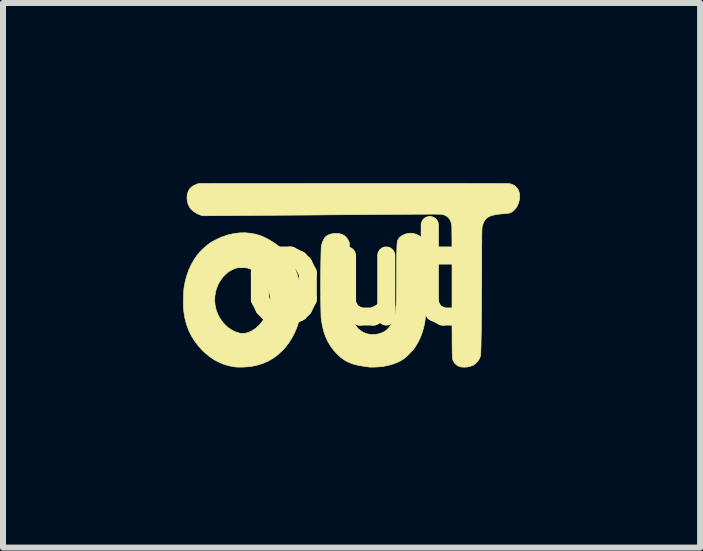
<source format=kicad_pcb>
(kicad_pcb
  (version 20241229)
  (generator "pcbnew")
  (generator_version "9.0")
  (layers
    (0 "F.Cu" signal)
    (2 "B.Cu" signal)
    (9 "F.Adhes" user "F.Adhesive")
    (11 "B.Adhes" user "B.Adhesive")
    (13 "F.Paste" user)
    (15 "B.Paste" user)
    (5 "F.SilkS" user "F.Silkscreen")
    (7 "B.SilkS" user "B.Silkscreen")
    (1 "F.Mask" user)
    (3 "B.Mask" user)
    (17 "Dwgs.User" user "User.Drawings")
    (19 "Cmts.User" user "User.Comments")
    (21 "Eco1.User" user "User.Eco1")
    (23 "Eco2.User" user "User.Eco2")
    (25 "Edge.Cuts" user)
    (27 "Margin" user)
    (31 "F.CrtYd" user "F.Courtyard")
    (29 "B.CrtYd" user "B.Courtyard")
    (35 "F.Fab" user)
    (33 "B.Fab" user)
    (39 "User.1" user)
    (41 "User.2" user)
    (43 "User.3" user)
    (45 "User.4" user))
  (footprint "out"
    (layer "F.Cu")
    (at 2.803 1.533)
    (property "Reference" "out" (at 0 0 0) (layer "F.SilkS") (effects (font (size 1.524 1.524) (thickness 0.3))))
    (attr through_hole)
    (fp_poly (pts (xy -1.682 -0.698) (xy -1.594 -0.682) (xy -1.51 -0.656) (xy -1.429 -0.621) (xy -1.402 -0.607) (xy -1.316 -0.556) (xy -1.24 -0.504) (xy -1.172 -0.449) (xy -1.112 -0.39) (xy -1.059 -0.328) (xy -1.013 -0.26) (xy -0.972 -0.187) (xy -0.97 -0.184) (xy -0.933 -0.101) (xy -0.901 -0.011) (xy -0.875 0.086) (xy -0.854 0.187) (xy -0.84 0.287) (xy -0.836 0.335) (xy -0.834 0.388) (xy -0.834 0.444) (xy -0.835 0.5) (xy -0.838 0.554) (xy -0.842 0.604) (xy -0.848 0.646) (xy -0.848 0.648) (xy -0.872 0.756) (xy -0.904 0.86) (xy -0.945 0.958) (xy -0.994 1.051) (xy -1.05 1.138) (xy -1.115 1.219) (xy -1.158 1.264) (xy -1.227 1.328) (xy -1.302 1.383) (xy -1.381 1.429) (xy -1.466 1.467) (xy -1.556 1.496) (xy -1.652 1.517) (xy -1.679 1.521) (xy -1.712 1.525) (xy -1.751 1.528) (xy -1.792 1.531) (xy -1.835 1.532) (xy -1.875 1.532) (xy -1.909 1.531) (xy -1.932 1.529) (xy -2.025 1.513) (xy -2.114 1.489) (xy -2.2 1.454) (xy -2.282 1.411) (xy -2.362 1.357) (xy -2.438 1.294) (xy -2.482 1.253) (xy -2.553 1.174) (xy -2.615 1.091) (xy -2.669 1.004) (xy -2.713 0.912) (xy -2.748 0.815) (xy -2.774 0.714) (xy -2.791 0.608) (xy -2.794 0.574) (xy -2.796 0.545) (xy -2.797 0.508) (xy -2.798 0.466) (xy -2.798 0.432) (xy -2.277 0.432) (xy -2.269 0.506) (xy -2.252 0.579) (xy -2.226 0.649) (xy -2.191 0.715) (xy -2.148 0.777) (xy -2.101 0.83) (xy -2.048 0.877) (xy -1.992 0.914) (xy -1.934 0.943) (xy -1.871 0.963) (xy -1.852 0.967) (xy -1.831 0.969) (xy -1.805 0.969) (xy -1.776 0.968) (xy -1.75 0.964) (xy -1.743 0.962) (xy -1.713 0.953) (xy -1.679 0.938) (xy -1.644 0.919) (xy -1.611 0.897) (xy -1.592 0.884) (xy -1.543 0.839) (xy -1.496 0.786) (xy -1.455 0.728) (xy -1.419 0.666) (xy -1.389 0.602) (xy -1.367 0.538) (xy -1.356 0.486) (xy -1.353 0.459) (xy -1.352 0.425) (xy -1.353 0.389) (xy -1.355 0.354) (xy -1.359 0.323) (xy -1.362 0.31) (xy -1.382 0.24) (xy -1.409 0.173) (xy -1.443 0.111) (xy -1.483 0.054) (xy -1.528 0.003) (xy -1.577 -0.04) (xy -1.63 -0.076) (xy -1.685 -0.103) (xy -1.712 -0.113) (xy -1.729 -0.118) (xy -1.746 -0.121) (xy -1.764 -0.123) (xy -1.786 -0.124) (xy -1.815 -0.124) (xy -1.824 -0.124) (xy -1.855 -0.124) (xy -1.878 -0.123) (xy -1.896 -0.122) (xy -1.912 -0.119) (xy -1.928 -0.114) (xy -1.933 -0.113) (xy -1.991 -0.088) (xy -2.046 -0.055) (xy -2.096 -0.014) (xy -2.142 0.035) (xy -2.182 0.089) (xy -2.216 0.149) (xy -2.243 0.213) (xy -2.263 0.281) (xy -2.274 0.351) (xy -2.275 0.358) (xy -2.277 0.432) (xy -2.798 0.432) (xy -2.798 0.421) (xy -2.797 0.375) (xy -2.796 0.331) (xy -2.794 0.29) (xy -2.792 0.254) (xy -2.79 0.226) (xy -2.789 0.221) (xy -2.77 0.114) (xy -2.743 0.011) (xy -2.708 -0.088) (xy -2.665 -0.18) (xy -2.615 -0.267) (xy -2.562 -0.342) (xy -2.536 -0.373) (xy -2.505 -0.406) (xy -2.47 -0.44) (xy -2.435 -0.472) (xy -2.401 -0.501) (xy -2.377 -0.519) (xy -2.343 -0.542) (xy -2.302 -0.566) (xy -2.257 -0.59) (xy -2.212 -0.612) (xy -2.169 -0.632) (xy -2.142 -0.642) (xy -2.049 -0.672) (xy -1.956 -0.692) (xy -1.863 -0.704) (xy -1.772 -0.706) (xy -1.682 -0.698)) (stroke (width 0.01) (type solid)) (fill yes) (layer "F.SilkS"))
    (fp_poly (pts (xy 1.033 -0.695) (xy 1.082 -0.68) (xy 1.131 -0.655) (xy 1.137 -0.652) (xy 1.162 -0.631) (xy 1.184 -0.604) (xy 1.201 -0.569) (xy 1.215 -0.526) (xy 1.227 -0.474) (xy 1.228 -0.468) (xy 1.229 -0.459) (xy 1.23 -0.448) (xy 1.231 -0.435) (xy 1.232 -0.419) (xy 1.233 -0.399) (xy 1.234 -0.375) (xy 1.235 -0.346) (xy 1.235 -0.312) (xy 1.236 -0.272) (xy 1.236 -0.225) (xy 1.237 -0.171) (xy 1.237 -0.109) (xy 1.238 -0.039) (xy 1.238 0.041) (xy 1.238 0.091) (xy 1.239 0.183) (xy 1.239 0.265) (xy 1.239 0.338) (xy 1.239 0.403) (xy 1.239 0.46) (xy 1.238 0.511) (xy 1.238 0.556) (xy 1.237 0.595) (xy 1.236 0.629) (xy 1.235 0.66) (xy 1.233 0.687) (xy 1.231 0.711) (xy 1.229 0.733) (xy 1.227 0.754) (xy 1.224 0.774) (xy 1.22 0.794) (xy 1.217 0.815) (xy 1.217 0.815) (xy 1.198 0.895) (xy 1.173 0.975) (xy 1.142 1.053) (xy 1.106 1.125) (xy 1.067 1.191) (xy 1.058 1.204) (xy 1.035 1.233) (xy 1.008 1.265) (xy 0.976 1.299) (xy 0.944 1.332) (xy 0.912 1.361) (xy 0.883 1.385) (xy 0.876 1.391) (xy 0.822 1.426) (xy 0.76 1.456) (xy 0.69 1.482) (xy 0.613 1.503) (xy 0.53 1.52) (xy 0.516 1.522) (xy 0.492 1.525) (xy 0.462 1.527) (xy 0.429 1.529) (xy 0.395 1.531) (xy 0.363 1.532) (xy 0.334 1.532) (xy 0.311 1.532) (xy 0.3 1.531) (xy 0.222 1.52) (xy 0.153 1.509) (xy 0.092 1.497) (xy 0.038 1.483) (xy -0.01 1.466) (xy -0.055 1.448) (xy -0.096 1.426) (xy -0.135 1.401) (xy -0.173 1.372) (xy -0.211 1.339) (xy -0.231 1.321) (xy -0.292 1.255) (xy -0.346 1.183) (xy -0.393 1.106) (xy -0.431 1.022) (xy -0.462 0.932) (xy -0.485 0.835) (xy -0.502 0.732) (xy -0.503 0.716) (xy -0.505 0.698) (xy -0.506 0.67) (xy -0.507 0.634) (xy -0.508 0.59) (xy -0.509 0.54) (xy -0.51 0.484) (xy -0.511 0.424) (xy -0.511 0.36) (xy -0.511 0.294) (xy -0.512 0.225) (xy -0.512 0.156) (xy -0.512 0.086) (xy -0.511 0.017) (xy -0.511 -0.049) (xy -0.51 -0.113) (xy -0.51 -0.174) (xy -0.509 -0.216) (xy -0.508 -0.275) (xy -0.507 -0.324) (xy -0.506 -0.365) (xy -0.505 -0.399) (xy -0.504 -0.427) (xy -0.503 -0.449) (xy -0.501 -0.467) (xy -0.5 -0.481) (xy -0.498 -0.493) (xy -0.496 -0.503) (xy -0.494 -0.513) (xy -0.494 -0.514) (xy -0.48 -0.555) (xy -0.463 -0.592) (xy -0.443 -0.623) (xy -0.434 -0.635) (xy -0.406 -0.658) (xy -0.371 -0.676) (xy -0.329 -0.688) (xy -0.282 -0.695) (xy -0.253 -0.696) (xy -0.202 -0.692) (xy -0.158 -0.68) (xy -0.119 -0.66) (xy -0.086 -0.632) (xy -0.06 -0.595) (xy -0.049 -0.575) (xy -0.033 -0.541) (xy -0.03 -0.03) (xy -0.029 0.058) (xy -0.029 0.138) (xy -0.028 0.209) (xy -0.027 0.271) (xy -0.027 0.326) (xy -0.026 0.375) (xy -0.025 0.417) (xy -0.024 0.454) (xy -0.023 0.486) (xy -0.021 0.514) (xy -0.019 0.539) (xy -0.017 0.561) (xy -0.015 0.582) (xy -0.012 0.601) (xy -0.009 0.619) (xy -0.005 0.637) (xy -0.001 0.656) (xy 0.000337 0.663) (xy 0.019 0.732) (xy 0.044 0.793) (xy 0.075 0.846) (xy 0.112 0.891) (xy 0.156 0.927) (xy 0.205 0.956) (xy 0.259 0.976) (xy 0.305 0.986) (xy 0.356 0.99) (xy 0.409 0.986) (xy 0.461 0.976) (xy 0.51 0.959) (xy 0.554 0.937) (xy 0.591 0.909) (xy 0.629 0.87) (xy 0.66 0.826) (xy 0.687 0.776) (xy 0.709 0.719) (xy 0.716 0.697) (xy 0.722 0.675) (xy 0.727 0.653) (xy 0.732 0.628) (xy 0.736 0.601) (xy 0.74 0.572) (xy 0.742 0.538) (xy 0.745 0.5) (xy 0.747 0.457) (xy 0.749 0.408) (xy 0.75 0.352) (xy 0.751 0.29) (xy 0.751 0.219) (xy 0.752 0.139) (xy 0.752 0.05) (xy 0.752 0.041) (xy 0.752 -0.057) (xy 0.753 -0.144) (xy 0.753 -0.222) (xy 0.754 -0.292) (xy 0.755 -0.352) (xy 0.756 -0.405) (xy 0.758 -0.45) (xy 0.759 -0.487) (xy 0.761 -0.518) (xy 0.763 -0.542) (xy 0.766 -0.56) (xy 0.768 -0.572) (xy 0.769 -0.575) (xy 0.786 -0.606) (xy 0.811 -0.635) (xy 0.844 -0.659) (xy 0.884 -0.679) (xy 0.929 -0.693) (xy 0.936 -0.694) (xy 0.985 -0.7) (xy 1.033 -0.695)) (stroke (width 0.01) (type solid)) (fill yes) (layer "F.SilkS"))
    (fp_poly (pts (xy 1.193 -1.528) (xy 1.354 -1.528) (xy 1.507 -1.528) (xy 1.649 -1.528) (xy 1.783 -1.528) (xy 1.906 -1.528) (xy 2.021 -1.527) (xy 2.126 -1.527) (xy 2.221 -1.527) (xy 2.306 -1.527) (xy 2.382 -1.527) (xy 2.448 -1.526) (xy 2.504 -1.526) (xy 2.551 -1.526) (xy 2.587 -1.525) (xy 2.613 -1.525) (xy 2.63 -1.524) (xy 2.636 -1.524) (xy 2.68 -1.511) (xy 2.719 -1.49) (xy 2.751 -1.462) (xy 2.776 -1.427) (xy 2.793 -1.385) (xy 2.8 -1.355) (xy 2.803 -1.309) (xy 2.799 -1.262) (xy 2.788 -1.215) (xy 2.771 -1.171) (xy 2.749 -1.129) (xy 2.721 -1.093) (xy 2.69 -1.064) (xy 2.658 -1.044) (xy 2.647 -1.039) (xy 2.635 -1.035) (xy 2.621 -1.032) (xy 2.603 -1.029) (xy 2.58 -1.027) (xy 2.549 -1.024) (xy 2.534 -1.023) (xy 2.467 -1.017) (xy 2.409 -1.009) (xy 2.36 -0.999) (xy 2.318 -0.986) (xy 2.283 -0.969) (xy 2.254 -0.949) (xy 2.231 -0.925) (xy 2.211 -0.896) (xy 2.196 -0.862) (xy 2.183 -0.824) (xy 2.181 -0.818) (xy 2.18 -0.812) (xy 2.178 -0.805) (xy 2.177 -0.797) (xy 2.176 -0.788) (xy 2.175 -0.776) (xy 2.174 -0.761) (xy 2.174 -0.743) (xy 2.173 -0.721) (xy 2.173 -0.694) (xy 2.172 -0.662) (xy 2.172 -0.624) (xy 2.172 -0.58) (xy 2.172 -0.528) (xy 2.171 -0.469) (xy 2.171 -0.402) (xy 2.171 -0.326) (xy 2.171 -0.24) (xy 2.171 -0.213) (xy 2.171 -0.088) (xy 2.17 0.034) (xy 2.17 0.154) (xy 2.169 0.27) (xy 2.168 0.383) (xy 2.168 0.491) (xy 2.167 0.595) (xy 2.166 0.694) (xy 2.165 0.788) (xy 2.164 0.876) (xy 2.163 0.957) (xy 2.161 1.032) (xy 2.16 1.101) (xy 2.159 1.161) (xy 2.157 1.214) (xy 2.156 1.259) (xy 2.155 1.295) (xy 2.153 1.322) (xy 2.152 1.34) (xy 2.15 1.346) (xy 2.133 1.391) (xy 2.108 1.431) (xy 2.076 1.466) (xy 2.039 1.494) (xy 2.02 1.504) (xy 1.979 1.519) (xy 1.934 1.529) (xy 1.887 1.533) (xy 1.842 1.531) (xy 1.824 1.529) (xy 1.785 1.516) (xy 1.75 1.495) (xy 1.721 1.467) (xy 1.702 1.438) (xy 1.699 1.433) (xy 1.696 1.428) (xy 1.694 1.423) (xy 1.692 1.418) (xy 1.69 1.412) (xy 1.688 1.405) (xy 1.686 1.396) (xy 1.685 1.386) (xy 1.683 1.373) (xy 1.682 1.357) (xy 1.681 1.338) (xy 1.68 1.316) (xy 1.679 1.289) (xy 1.679 1.258) (xy 1.678 1.222) (xy 1.678 1.181) (xy 1.677 1.135) (xy 1.677 1.082) (xy 1.677 1.023) (xy 1.677 0.956) (xy 1.676 0.883) (xy 1.676 0.802) (xy 1.676 0.712) (xy 1.676 0.614) (xy 1.676 0.507) (xy 1.676 0.391) (xy 1.676 0.28) (xy 1.676 0.162) (xy 1.676 0.049) (xy 1.676 -0.059) (xy 1.676 -0.161) (xy 1.676 -0.258) (xy 1.675 -0.348) (xy 1.675 -0.432) (xy 1.675 -0.509) (xy 1.675 -0.579) (xy 1.674 -0.641) (xy 1.674 -0.695) (xy 1.673 -0.741) (xy 1.673 -0.778) (xy 1.672 -0.806) (xy 1.672 -0.824) (xy 1.671 -0.833) (xy 1.671 -0.833) (xy 1.66 -0.881) (xy 1.642 -0.922) (xy 1.617 -0.956) (xy 1.585 -0.983) (xy 1.546 -1.002) (xy 1.513 -1.011) (xy 1.51 -1.012) (xy 1.507 -1.012) (xy 1.504 -1.013) (xy 1.5 -1.013) (xy 1.495 -1.014) (xy 1.489 -1.014) (xy 1.482 -1.015) (xy 1.473 -1.015) (xy 1.462 -1.015) (xy 1.449 -1.015) (xy 1.433 -1.016) (xy 1.414 -1.016) (xy 1.391 -1.016) (xy 1.366 -1.016) (xy 1.336 -1.016) (xy 1.303 -1.016) (xy 1.265 -1.016) (xy 1.222 -1.015) (xy 1.174 -1.015) (xy 1.121 -1.015) (xy 1.063 -1.015) (xy 0.998 -1.014) (xy 0.928 -1.014) (xy 0.851 -1.013) (xy 0.767 -1.013) (xy 0.676 -1.012) (xy 0.578 -1.011) (xy 0.472 -1.011) (xy 0.358 -1.01) (xy 0.237 -1.009) (xy 0.106 -1.008) (xy -0.033 -1.007) (xy -0.181 -1.006) (xy -0.339 -1.005) (xy -0.506 -1.003) (xy -0.615 -1.002) (xy -2.477 -0.989) (xy -2.512 -1) (xy -2.562 -1.021) (xy -2.608 -1.047) (xy -2.648 -1.077) (xy -2.68 -1.111) (xy -2.697 -1.135) (xy -2.718 -1.178) (xy -2.731 -1.226) (xy -2.738 -1.276) (xy -2.736 -1.325) (xy -2.729 -1.362) (xy -2.714 -1.404) (xy -2.692 -1.439) (xy -2.664 -1.468) (xy -2.627 -1.492) (xy -2.582 -1.512) (xy -2.573 -1.516) (xy -2.543 -1.527) (xy 0.033 -1.528) (xy 0.249 -1.528) (xy 0.456 -1.528) (xy 0.654 -1.528) (xy 0.843 -1.528) (xy 1.022 -1.528) (xy 1.193 -1.528)) (stroke (width 0.01) (type solid)) (fill yes) (layer "F.SilkS")))
  (gr_rect
    (start -3 -3)
    (end 8.611 6.071)
    (stroke (width 0.1) (type default))
    (fill no)
    (layer "Edge.Cuts")))
</source>
